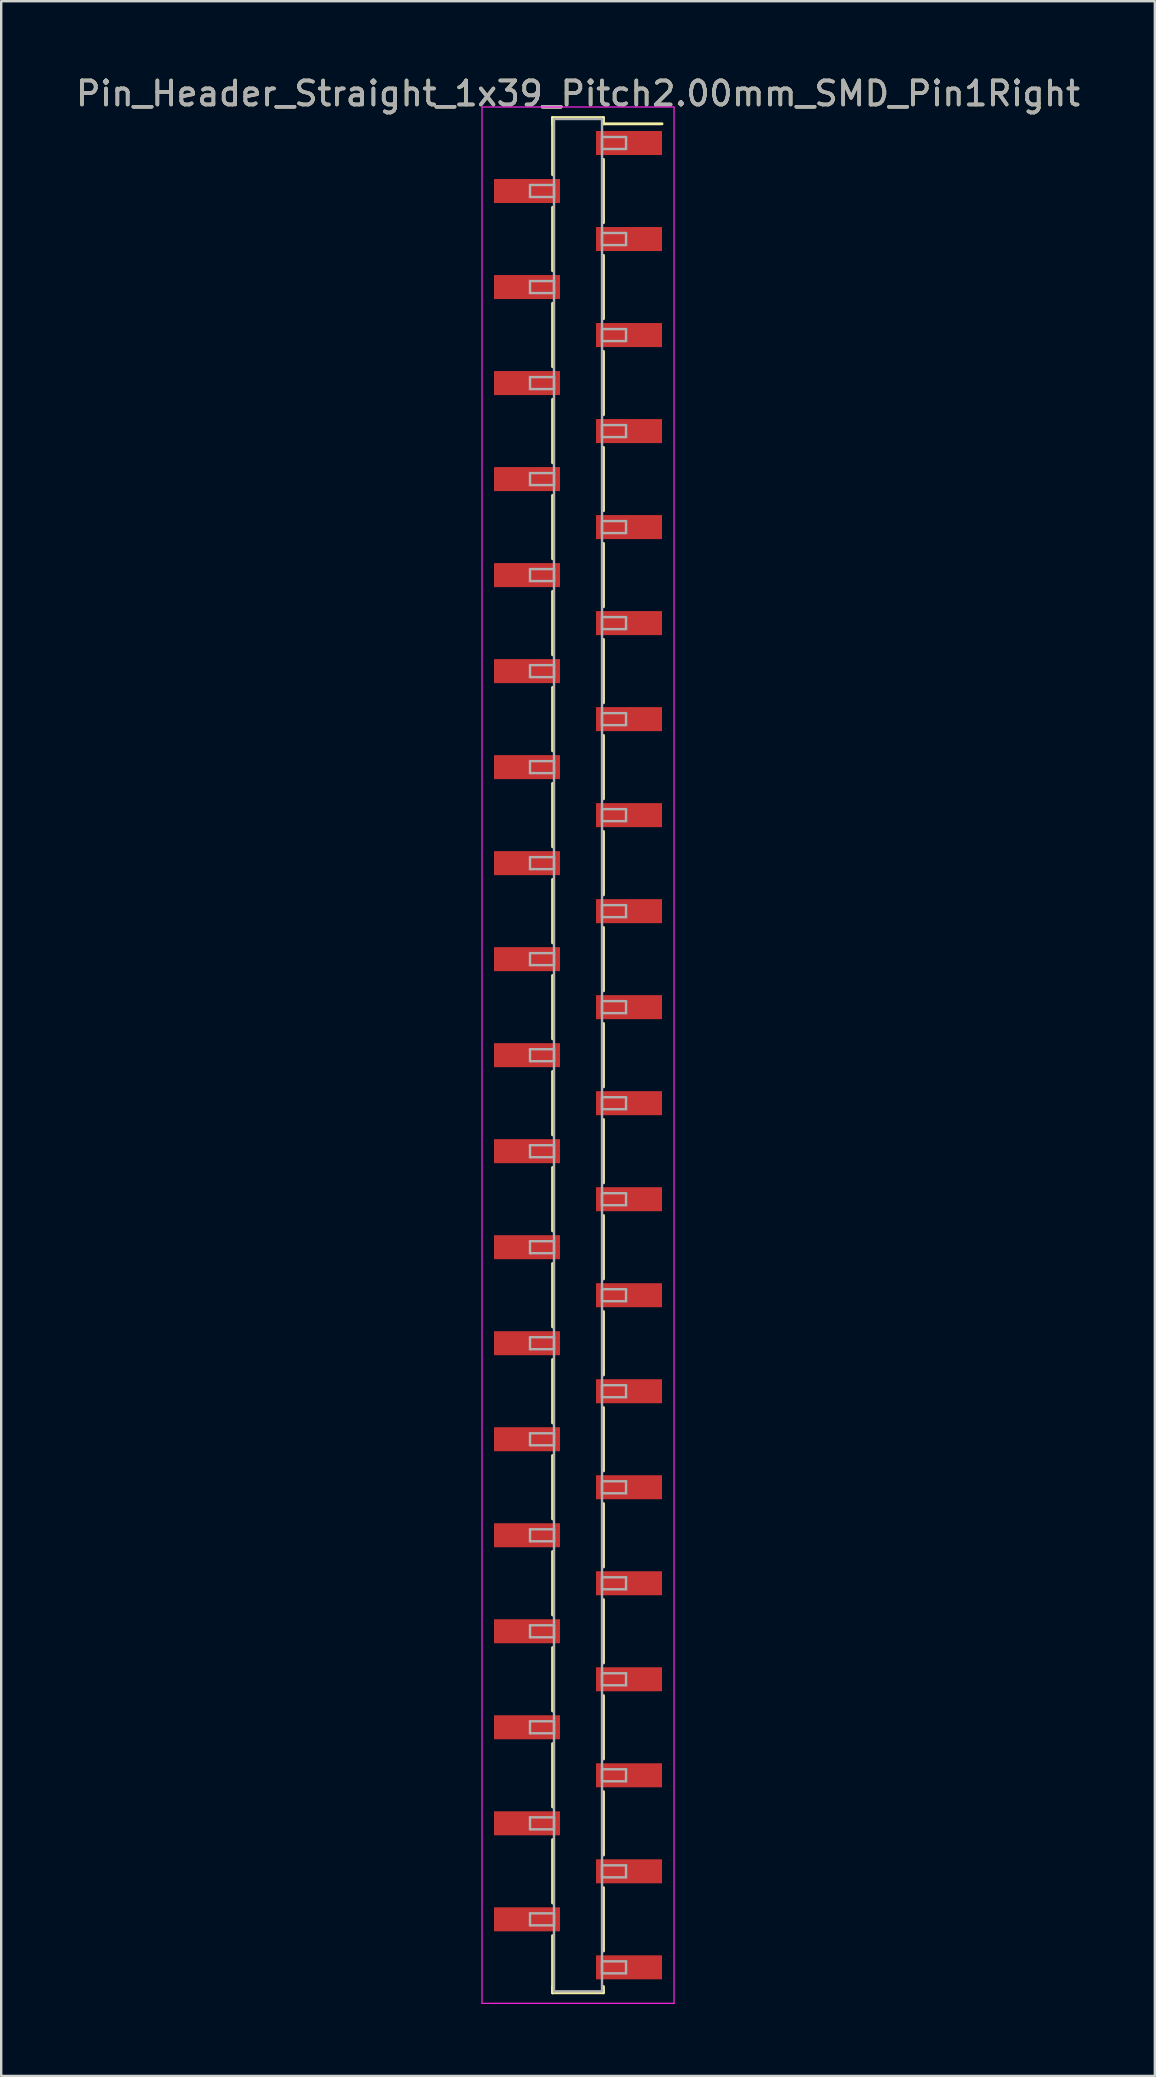
<source format=kicad_pcb>
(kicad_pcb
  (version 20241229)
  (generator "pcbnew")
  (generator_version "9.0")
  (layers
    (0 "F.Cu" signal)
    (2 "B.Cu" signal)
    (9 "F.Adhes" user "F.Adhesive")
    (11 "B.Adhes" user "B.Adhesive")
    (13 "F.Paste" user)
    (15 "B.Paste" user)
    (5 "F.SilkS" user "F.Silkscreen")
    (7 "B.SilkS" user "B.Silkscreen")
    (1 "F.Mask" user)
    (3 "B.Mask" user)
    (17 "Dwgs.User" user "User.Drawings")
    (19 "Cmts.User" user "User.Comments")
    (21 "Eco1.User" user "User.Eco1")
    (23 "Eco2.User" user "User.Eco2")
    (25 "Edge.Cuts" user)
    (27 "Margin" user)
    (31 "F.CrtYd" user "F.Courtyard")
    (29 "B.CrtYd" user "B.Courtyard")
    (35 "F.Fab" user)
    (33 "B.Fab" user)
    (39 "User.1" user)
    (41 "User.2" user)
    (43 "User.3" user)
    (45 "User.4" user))
  (footprint "Pin_Header_Straight_1x39_Pitch2.00mm_SMD_Pin1Right"
    (layer "F.Cu")
    (at 21.03 40.908)
    (property "Reference" "Pin_Header_Straight_1x39_Pitch2.00mm_SMD_Pin1Right" (at 0 -40.06 0) (layer "F.SilkS") (effects (font (size 1 1) (thickness 0.15))))
    (attr smd)
    (fp_line (start -1.06 -39.06) (end -1.06 -36.68) (stroke (width 0.12) (type solid)) (layer "F.SilkS"))
    (fp_line (start -1.06 -39.06) (end 1.06 -39.06) (stroke (width 0.12) (type solid)) (layer "F.SilkS"))
    (fp_line (start -1.06 -38.8) (end -1.06 -39.06) (stroke (width 0.12) (type solid)) (layer "F.SilkS"))
    (fp_line (start -1.06 -35.32) (end -1.06 -32.68) (stroke (width 0.12) (type solid)) (layer "F.SilkS"))
    (fp_line (start -1.06 -31.32) (end -1.06 -28.68) (stroke (width 0.12) (type solid)) (layer "F.SilkS"))
    (fp_line (start -1.06 -27.32) (end -1.06 -24.68) (stroke (width 0.12) (type solid)) (layer "F.SilkS"))
    (fp_line (start -1.06 -23.32) (end -1.06 -20.68) (stroke (width 0.12) (type solid)) (layer "F.SilkS"))
    (fp_line (start -1.06 -19.32) (end -1.06 -16.68) (stroke (width 0.12) (type solid)) (layer "F.SilkS"))
    (fp_line (start -1.06 -15.32) (end -1.06 -12.68) (stroke (width 0.12) (type solid)) (layer "F.SilkS"))
    (fp_line (start -1.06 -11.32) (end -1.06 -8.68) (stroke (width 0.12) (type solid)) (layer "F.SilkS"))
    (fp_line (start -1.06 -7.32) (end -1.06 -4.68) (stroke (width 0.12) (type solid)) (layer "F.SilkS"))
    (fp_line (start -1.06 -3.32) (end -1.06 -0.68) (stroke (width 0.12) (type solid)) (layer "F.SilkS"))
    (fp_line (start -1.06 0.68) (end -1.06 3.32) (stroke (width 0.12) (type solid)) (layer "F.SilkS"))
    (fp_line (start -1.06 4.68) (end -1.06 7.32) (stroke (width 0.12) (type solid)) (layer "F.SilkS"))
    (fp_line (start -1.06 8.68) (end -1.06 11.32) (stroke (width 0.12) (type solid)) (layer "F.SilkS"))
    (fp_line (start -1.06 12.68) (end -1.06 15.32) (stroke (width 0.12) (type solid)) (layer "F.SilkS"))
    (fp_line (start -1.06 16.68) (end -1.06 19.32) (stroke (width 0.12) (type solid)) (layer "F.SilkS"))
    (fp_line (start -1.06 20.68) (end -1.06 23.32) (stroke (width 0.12) (type solid)) (layer "F.SilkS"))
    (fp_line (start -1.06 24.68) (end -1.06 27.32) (stroke (width 0.12) (type solid)) (layer "F.SilkS"))
    (fp_line (start -1.06 28.68) (end -1.06 31.32) (stroke (width 0.12) (type solid)) (layer "F.SilkS"))
    (fp_line (start -1.06 32.68) (end -1.06 35.32) (stroke (width 0.12) (type solid)) (layer "F.SilkS"))
    (fp_line (start -1.06 36.68) (end -1.06 39.06) (stroke (width 0.12) (type solid)) (layer "F.SilkS"))
    (fp_line (start -1.06 38.8) (end -1.06 39.06) (stroke (width 0.12) (type solid)) (layer "F.SilkS"))
    (fp_line (start -1.06 39.06) (end 1.06 39.06) (stroke (width 0.12) (type solid)) (layer "F.SilkS"))
    (fp_line (start 1.06 -39.06) (end 1.06 -38.8) (stroke (width 0.12) (type solid)) (layer "F.SilkS"))
    (fp_line (start 1.06 -38.8) (end 3.5 -38.8) (stroke (width 0.12) (type solid)) (layer "F.SilkS"))
    (fp_line (start 1.06 -37.32) (end 1.06 -34.68) (stroke (width 0.12) (type solid)) (layer "F.SilkS"))
    (fp_line (start 1.06 -33.32) (end 1.06 -30.68) (stroke (width 0.12) (type solid)) (layer "F.SilkS"))
    (fp_line (start 1.06 -29.32) (end 1.06 -26.68) (stroke (width 0.12) (type solid)) (layer "F.SilkS"))
    (fp_line (start 1.06 -25.32) (end 1.06 -22.68) (stroke (width 0.12) (type solid)) (layer "F.SilkS"))
    (fp_line (start 1.06 -21.32) (end 1.06 -18.68) (stroke (width 0.12) (type solid)) (layer "F.SilkS"))
    (fp_line (start 1.06 -17.32) (end 1.06 -14.68) (stroke (width 0.12) (type solid)) (layer "F.SilkS"))
    (fp_line (start 1.06 -13.32) (end 1.06 -10.68) (stroke (width 0.12) (type solid)) (layer "F.SilkS"))
    (fp_line (start 1.06 -9.32) (end 1.06 -6.68) (stroke (width 0.12) (type solid)) (layer "F.SilkS"))
    (fp_line (start 1.06 -5.32) (end 1.06 -2.68) (stroke (width 0.12) (type solid)) (layer "F.SilkS"))
    (fp_line (start 1.06 -1.32) (end 1.06 1.32) (stroke (width 0.12) (type solid)) (layer "F.SilkS"))
    (fp_line (start 1.06 2.68) (end 1.06 5.32) (stroke (width 0.12) (type solid)) (layer "F.SilkS"))
    (fp_line (start 1.06 6.68) (end 1.06 9.32) (stroke (width 0.12) (type solid)) (layer "F.SilkS"))
    (fp_line (start 1.06 10.68) (end 1.06 13.32) (stroke (width 0.12) (type solid)) (layer "F.SilkS"))
    (fp_line (start 1.06 14.68) (end 1.06 17.32) (stroke (width 0.12) (type solid)) (layer "F.SilkS"))
    (fp_line (start 1.06 18.68) (end 1.06 21.32) (stroke (width 0.12) (type solid)) (layer "F.SilkS"))
    (fp_line (start 1.06 22.68) (end 1.06 25.32) (stroke (width 0.12) (type solid)) (layer "F.SilkS"))
    (fp_line (start 1.06 26.68) (end 1.06 29.32) (stroke (width 0.12) (type solid)) (layer "F.SilkS"))
    (fp_line (start 1.06 30.68) (end 1.06 33.32) (stroke (width 0.12) (type solid)) (layer "F.SilkS"))
    (fp_line (start 1.06 34.68) (end 1.06 37.32) (stroke (width 0.12) (type solid)) (layer "F.SilkS"))
    (fp_line (start 1.06 39.06) (end 1.06 38.8) (stroke (width 0.12) (type solid)) (layer "F.SilkS"))
    (fp_line (start -4 -39.5) (end -4 39.5) (stroke (width 0.05) (type solid)) (layer "F.CrtYd"))
    (fp_line (start -4 39.5) (end 4 39.5) (stroke (width 0.05) (type solid)) (layer "F.CrtYd"))
    (fp_line (start 4 -39.5) (end -4 -39.5) (stroke (width 0.05) (type solid)) (layer "F.CrtYd"))
    (fp_line (start 4 39.5) (end 4 -39.5) (stroke (width 0.05) (type solid)) (layer "F.CrtYd"))
    (fp_line (start -2 -36.25) (end -1 -36.25) (stroke (width 0.1) (type solid)) (layer "F.Fab"))
    (fp_line (start -2 -35.75) (end -2 -36.25) (stroke (width 0.1) (type solid)) (layer "F.Fab"))
    (fp_line (start -2 -32.25) (end -1 -32.25) (stroke (width 0.1) (type solid)) (layer "F.Fab"))
    (fp_line (start -2 -31.75) (end -2 -32.25) (stroke (width 0.1) (type solid)) (layer "F.Fab"))
    (fp_line (start -2 -28.25) (end -1 -28.25) (stroke (width 0.1) (type solid)) (layer "F.Fab"))
    (fp_line (start -2 -27.75) (end -2 -28.25) (stroke (width 0.1) (type solid)) (layer "F.Fab"))
    (fp_line (start -2 -24.25) (end -1 -24.25) (stroke (width 0.1) (type solid)) (layer "F.Fab"))
    (fp_line (start -2 -23.75) (end -2 -24.25) (stroke (width 0.1) (type solid)) (layer "F.Fab"))
    (fp_line (start -2 -20.25) (end -1 -20.25) (stroke (width 0.1) (type solid)) (layer "F.Fab"))
    (fp_line (start -2 -19.75) (end -2 -20.25) (stroke (width 0.1) (type solid)) (layer "F.Fab"))
    (fp_line (start -2 -16.25) (end -1 -16.25) (stroke (width 0.1) (type solid)) (layer "F.Fab"))
    (fp_line (start -2 -15.75) (end -2 -16.25) (stroke (width 0.1) (type solid)) (layer "F.Fab"))
    (fp_line (start -2 -12.25) (end -1 -12.25) (stroke (width 0.1) (type solid)) (layer "F.Fab"))
    (fp_line (start -2 -11.75) (end -2 -12.25) (stroke (width 0.1) (type solid)) (layer "F.Fab"))
    (fp_line (start -2 -8.25) (end -1 -8.25) (stroke (width 0.1) (type solid)) (layer "F.Fab"))
    (fp_line (start -2 -7.75) (end -2 -8.25) (stroke (width 0.1) (type solid)) (layer "F.Fab"))
    (fp_line (start -2 -4.25) (end -1 -4.25) (stroke (width 0.1) (type solid)) (layer "F.Fab"))
    (fp_line (start -2 -3.75) (end -2 -4.25) (stroke (width 0.1) (type solid)) (layer "F.Fab"))
    (fp_line (start -2 -0.25) (end -1 -0.25) (stroke (width 0.1) (type solid)) (layer "F.Fab"))
    (fp_line (start -2 0.25) (end -2 -0.25) (stroke (width 0.1) (type solid)) (layer "F.Fab"))
    (fp_line (start -2 3.75) (end -1 3.75) (stroke (width 0.1) (type solid)) (layer "F.Fab"))
    (fp_line (start -2 4.25) (end -2 3.75) (stroke (width 0.1) (type solid)) (layer "F.Fab"))
    (fp_line (start -2 7.75) (end -1 7.75) (stroke (width 0.1) (type solid)) (layer "F.Fab"))
    (fp_line (start -2 8.25) (end -2 7.75) (stroke (width 0.1) (type solid)) (layer "F.Fab"))
    (fp_line (start -2 11.75) (end -1 11.75) (stroke (width 0.1) (type solid)) (layer "F.Fab"))
    (fp_line (start -2 12.25) (end -2 11.75) (stroke (width 0.1) (type solid)) (layer "F.Fab"))
    (fp_line (start -2 15.75) (end -1 15.75) (stroke (width 0.1) (type solid)) (layer "F.Fab"))
    (fp_line (start -2 16.25) (end -2 15.75) (stroke (width 0.1) (type solid)) (layer "F.Fab"))
    (fp_line (start -2 19.75) (end -1 19.75) (stroke (width 0.1) (type solid)) (layer "F.Fab"))
    (fp_line (start -2 20.25) (end -2 19.75) (stroke (width 0.1) (type solid)) (layer "F.Fab"))
    (fp_line (start -2 23.75) (end -1 23.75) (stroke (width 0.1) (type solid)) (layer "F.Fab"))
    (fp_line (start -2 24.25) (end -2 23.75) (stroke (width 0.1) (type solid)) (layer "F.Fab"))
    (fp_line (start -2 27.75) (end -1 27.75) (stroke (width 0.1) (type solid)) (layer "F.Fab"))
    (fp_line (start -2 28.25) (end -2 27.75) (stroke (width 0.1) (type solid)) (layer "F.Fab"))
    (fp_line (start -2 31.75) (end -1 31.75) (stroke (width 0.1) (type solid)) (layer "F.Fab"))
    (fp_line (start -2 32.25) (end -2 31.75) (stroke (width 0.1) (type solid)) (layer "F.Fab"))
    (fp_line (start -2 35.75) (end -1 35.75) (stroke (width 0.1) (type solid)) (layer "F.Fab"))
    (fp_line (start -2 36.25) (end -2 35.75) (stroke (width 0.1) (type solid)) (layer "F.Fab"))
    (fp_line (start -1 -39) (end -1 39) (stroke (width 0.1) (type solid)) (layer "F.Fab"))
    (fp_line (start -1 -36.25) (end -1 -35.75) (stroke (width 0.1) (type solid)) (layer "F.Fab"))
    (fp_line (start -1 -35.75) (end -2 -35.75) (stroke (width 0.1) (type solid)) (layer "F.Fab"))
    (fp_line (start -1 -32.25) (end -1 -31.75) (stroke (width 0.1) (type solid)) (layer "F.Fab"))
    (fp_line (start -1 -31.75) (end -2 -31.75) (stroke (width 0.1) (type solid)) (layer "F.Fab"))
    (fp_line (start -1 -28.25) (end -1 -27.75) (stroke (width 0.1) (type solid)) (layer "F.Fab"))
    (fp_line (start -1 -27.75) (end -2 -27.75) (stroke (width 0.1) (type solid)) (layer "F.Fab"))
    (fp_line (start -1 -24.25) (end -1 -23.75) (stroke (width 0.1) (type solid)) (layer "F.Fab"))
    (fp_line (start -1 -23.75) (end -2 -23.75) (stroke (width 0.1) (type solid)) (layer "F.Fab"))
    (fp_line (start -1 -20.25) (end -1 -19.75) (stroke (width 0.1) (type solid)) (layer "F.Fab"))
    (fp_line (start -1 -19.75) (end -2 -19.75) (stroke (width 0.1) (type solid)) (layer "F.Fab"))
    (fp_line (start -1 -16.25) (end -1 -15.75) (stroke (width 0.1) (type solid)) (layer "F.Fab"))
    (fp_line (start -1 -15.75) (end -2 -15.75) (stroke (width 0.1) (type solid)) (layer "F.Fab"))
    (fp_line (start -1 -12.25) (end -1 -11.75) (stroke (width 0.1) (type solid)) (layer "F.Fab"))
    (fp_line (start -1 -11.75) (end -2 -11.75) (stroke (width 0.1) (type solid)) (layer "F.Fab"))
    (fp_line (start -1 -8.25) (end -1 -7.75) (stroke (width 0.1) (type solid)) (layer "F.Fab"))
    (fp_line (start -1 -7.75) (end -2 -7.75) (stroke (width 0.1) (type solid)) (layer "F.Fab"))
    (fp_line (start -1 -4.25) (end -1 -3.75) (stroke (width 0.1) (type solid)) (layer "F.Fab"))
    (fp_line (start -1 -3.75) (end -2 -3.75) (stroke (width 0.1) (type solid)) (layer "F.Fab"))
    (fp_line (start -1 -0.25) (end -1 0.25) (stroke (width 0.1) (type solid)) (layer "F.Fab"))
    (fp_line (start -1 0.25) (end -2 0.25) (stroke (width 0.1) (type solid)) (layer "F.Fab"))
    (fp_line (start -1 3.75) (end -1 4.25) (stroke (width 0.1) (type solid)) (layer "F.Fab"))
    (fp_line (start -1 4.25) (end -2 4.25) (stroke (width 0.1) (type solid)) (layer "F.Fab"))
    (fp_line (start -1 7.75) (end -1 8.25) (stroke (width 0.1) (type solid)) (layer "F.Fab"))
    (fp_line (start -1 8.25) (end -2 8.25) (stroke (width 0.1) (type solid)) (layer "F.Fab"))
    (fp_line (start -1 11.75) (end -1 12.25) (stroke (width 0.1) (type solid)) (layer "F.Fab"))
    (fp_line (start -1 12.25) (end -2 12.25) (stroke (width 0.1) (type solid)) (layer "F.Fab"))
    (fp_line (start -1 15.75) (end -1 16.25) (stroke (width 0.1) (type solid)) (layer "F.Fab"))
    (fp_line (start -1 16.25) (end -2 16.25) (stroke (width 0.1) (type solid)) (layer "F.Fab"))
    (fp_line (start -1 19.75) (end -1 20.25) (stroke (width 0.1) (type solid)) (layer "F.Fab"))
    (fp_line (start -1 20.25) (end -2 20.25) (stroke (width 0.1) (type solid)) (layer "F.Fab"))
    (fp_line (start -1 23.75) (end -1 24.25) (stroke (width 0.1) (type solid)) (layer "F.Fab"))
    (fp_line (start -1 24.25) (end -2 24.25) (stroke (width 0.1) (type solid)) (layer "F.Fab"))
    (fp_line (start -1 27.75) (end -1 28.25) (stroke (width 0.1) (type solid)) (layer "F.Fab"))
    (fp_line (start -1 28.25) (end -2 28.25) (stroke (width 0.1) (type solid)) (layer "F.Fab"))
    (fp_line (start -1 31.75) (end -1 32.25) (stroke (width 0.1) (type solid)) (layer "F.Fab"))
    (fp_line (start -1 32.25) (end -2 32.25) (stroke (width 0.1) (type solid)) (layer "F.Fab"))
    (fp_line (start -1 35.75) (end -1 36.25) (stroke (width 0.1) (type solid)) (layer "F.Fab"))
    (fp_line (start -1 36.25) (end -2 36.25) (stroke (width 0.1) (type solid)) (layer "F.Fab"))
    (fp_line (start -1 39) (end 1 39) (stroke (width 0.1) (type solid)) (layer "F.Fab"))
    (fp_line (start 1 -39) (end -1 -39) (stroke (width 0.1) (type solid)) (layer "F.Fab"))
    (fp_line (start 1 -38.25) (end 1 -37.75) (stroke (width 0.1) (type solid)) (layer "F.Fab"))
    (fp_line (start 1 -37.75) (end 2 -37.75) (stroke (width 0.1) (type solid)) (layer "F.Fab"))
    (fp_line (start 1 -34.25) (end 1 -33.75) (stroke (width 0.1) (type solid)) (layer "F.Fab"))
    (fp_line (start 1 -33.75) (end 2 -33.75) (stroke (width 0.1) (type solid)) (layer "F.Fab"))
    (fp_line (start 1 -30.25) (end 1 -29.75) (stroke (width 0.1) (type solid)) (layer "F.Fab"))
    (fp_line (start 1 -29.75) (end 2 -29.75) (stroke (width 0.1) (type solid)) (layer "F.Fab"))
    (fp_line (start 1 -26.25) (end 1 -25.75) (stroke (width 0.1) (type solid)) (layer "F.Fab"))
    (fp_line (start 1 -25.75) (end 2 -25.75) (stroke (width 0.1) (type solid)) (layer "F.Fab"))
    (fp_line (start 1 -22.25) (end 1 -21.75) (stroke (width 0.1) (type solid)) (layer "F.Fab"))
    (fp_line (start 1 -21.75) (end 2 -21.75) (stroke (width 0.1) (type solid)) (layer "F.Fab"))
    (fp_line (start 1 -18.25) (end 1 -17.75) (stroke (width 0.1) (type solid)) (layer "F.Fab"))
    (fp_line (start 1 -17.75) (end 2 -17.75) (stroke (width 0.1) (type solid)) (layer "F.Fab"))
    (fp_line (start 1 -14.25) (end 1 -13.75) (stroke (width 0.1) (type solid)) (layer "F.Fab"))
    (fp_line (start 1 -13.75) (end 2 -13.75) (stroke (width 0.1) (type solid)) (layer "F.Fab"))
    (fp_line (start 1 -10.25) (end 1 -9.75) (stroke (width 0.1) (type solid)) (layer "F.Fab"))
    (fp_line (start 1 -9.75) (end 2 -9.75) (stroke (width 0.1) (type solid)) (layer "F.Fab"))
    (fp_line (start 1 -6.25) (end 1 -5.75) (stroke (width 0.1) (type solid)) (layer "F.Fab"))
    (fp_line (start 1 -5.75) (end 2 -5.75) (stroke (width 0.1) (type solid)) (layer "F.Fab"))
    (fp_line (start 1 -2.25) (end 1 -1.75) (stroke (width 0.1) (type solid)) (layer "F.Fab"))
    (fp_line (start 1 -1.75) (end 2 -1.75) (stroke (width 0.1) (type solid)) (layer "F.Fab"))
    (fp_line (start 1 1.75) (end 1 2.25) (stroke (width 0.1) (type solid)) (layer "F.Fab"))
    (fp_line (start 1 2.25) (end 2 2.25) (stroke (width 0.1) (type solid)) (layer "F.Fab"))
    (fp_line (start 1 5.75) (end 1 6.25) (stroke (width 0.1) (type solid)) (layer "F.Fab"))
    (fp_line (start 1 6.25) (end 2 6.25) (stroke (width 0.1) (type solid)) (layer "F.Fab"))
    (fp_line (start 1 9.75) (end 1 10.25) (stroke (width 0.1) (type solid)) (layer "F.Fab"))
    (fp_line (start 1 10.25) (end 2 10.25) (stroke (width 0.1) (type solid)) (layer "F.Fab"))
    (fp_line (start 1 13.75) (end 1 14.25) (stroke (width 0.1) (type solid)) (layer "F.Fab"))
    (fp_line (start 1 14.25) (end 2 14.25) (stroke (width 0.1) (type solid)) (layer "F.Fab"))
    (fp_line (start 1 17.75) (end 1 18.25) (stroke (width 0.1) (type solid)) (layer "F.Fab"))
    (fp_line (start 1 18.25) (end 2 18.25) (stroke (width 0.1) (type solid)) (layer "F.Fab"))
    (fp_line (start 1 21.75) (end 1 22.25) (stroke (width 0.1) (type solid)) (layer "F.Fab"))
    (fp_line (start 1 22.25) (end 2 22.25) (stroke (width 0.1) (type solid)) (layer "F.Fab"))
    (fp_line (start 1 25.75) (end 1 26.25) (stroke (width 0.1) (type solid)) (layer "F.Fab"))
    (fp_line (start 1 26.25) (end 2 26.25) (stroke (width 0.1) (type solid)) (layer "F.Fab"))
    (fp_line (start 1 29.75) (end 1 30.25) (stroke (width 0.1) (type solid)) (layer "F.Fab"))
    (fp_line (start 1 30.25) (end 2 30.25) (stroke (width 0.1) (type solid)) (layer "F.Fab"))
    (fp_line (start 1 33.75) (end 1 34.25) (stroke (width 0.1) (type solid)) (layer "F.Fab"))
    (fp_line (start 1 34.25) (end 2 34.25) (stroke (width 0.1) (type solid)) (layer "F.Fab"))
    (fp_line (start 1 37.75) (end 1 38.25) (stroke (width 0.1) (type solid)) (layer "F.Fab"))
    (fp_line (start 1 38.25) (end 2 38.25) (stroke (width 0.1) (type solid)) (layer "F.Fab"))
    (fp_line (start 1 39) (end 1 -39) (stroke (width 0.1) (type solid)) (layer "F.Fab"))
    (fp_line (start 2 -38.25) (end 1 -38.25) (stroke (width 0.1) (type solid)) (layer "F.Fab"))
    (fp_line (start 2 -37.75) (end 2 -38.25) (stroke (width 0.1) (type solid)) (layer "F.Fab"))
    (fp_line (start 2 -34.25) (end 1 -34.25) (stroke (width 0.1) (type solid)) (layer "F.Fab"))
    (fp_line (start 2 -33.75) (end 2 -34.25) (stroke (width 0.1) (type solid)) (layer "F.Fab"))
    (fp_line (start 2 -30.25) (end 1 -30.25) (stroke (width 0.1) (type solid)) (layer "F.Fab"))
    (fp_line (start 2 -29.75) (end 2 -30.25) (stroke (width 0.1) (type solid)) (layer "F.Fab"))
    (fp_line (start 2 -26.25) (end 1 -26.25) (stroke (width 0.1) (type solid)) (layer "F.Fab"))
    (fp_line (start 2 -25.75) (end 2 -26.25) (stroke (width 0.1) (type solid)) (layer "F.Fab"))
    (fp_line (start 2 -22.25) (end 1 -22.25) (stroke (width 0.1) (type solid)) (layer "F.Fab"))
    (fp_line (start 2 -21.75) (end 2 -22.25) (stroke (width 0.1) (type solid)) (layer "F.Fab"))
    (fp_line (start 2 -18.25) (end 1 -18.25) (stroke (width 0.1) (type solid)) (layer "F.Fab"))
    (fp_line (start 2 -17.75) (end 2 -18.25) (stroke (width 0.1) (type solid)) (layer "F.Fab"))
    (fp_line (start 2 -14.25) (end 1 -14.25) (stroke (width 0.1) (type solid)) (layer "F.Fab"))
    (fp_line (start 2 -13.75) (end 2 -14.25) (stroke (width 0.1) (type solid)) (layer "F.Fab"))
    (fp_line (start 2 -10.25) (end 1 -10.25) (stroke (width 0.1) (type solid)) (layer "F.Fab"))
    (fp_line (start 2 -9.75) (end 2 -10.25) (stroke (width 0.1) (type solid)) (layer "F.Fab"))
    (fp_line (start 2 -6.25) (end 1 -6.25) (stroke (width 0.1) (type solid)) (layer "F.Fab"))
    (fp_line (start 2 -5.75) (end 2 -6.25) (stroke (width 0.1) (type solid)) (layer "F.Fab"))
    (fp_line (start 2 -2.25) (end 1 -2.25) (stroke (width 0.1) (type solid)) (layer "F.Fab"))
    (fp_line (start 2 -1.75) (end 2 -2.25) (stroke (width 0.1) (type solid)) (layer "F.Fab"))
    (fp_line (start 2 1.75) (end 1 1.75) (stroke (width 0.1) (type solid)) (layer "F.Fab"))
    (fp_line (start 2 2.25) (end 2 1.75) (stroke (width 0.1) (type solid)) (layer "F.Fab"))
    (fp_line (start 2 5.75) (end 1 5.75) (stroke (width 0.1) (type solid)) (layer "F.Fab"))
    (fp_line (start 2 6.25) (end 2 5.75) (stroke (width 0.1) (type solid)) (layer "F.Fab"))
    (fp_line (start 2 9.75) (end 1 9.75) (stroke (width 0.1) (type solid)) (layer "F.Fab"))
    (fp_line (start 2 10.25) (end 2 9.75) (stroke (width 0.1) (type solid)) (layer "F.Fab"))
    (fp_line (start 2 13.75) (end 1 13.75) (stroke (width 0.1) (type solid)) (layer "F.Fab"))
    (fp_line (start 2 14.25) (end 2 13.75) (stroke (width 0.1) (type solid)) (layer "F.Fab"))
    (fp_line (start 2 17.75) (end 1 17.75) (stroke (width 0.1) (type solid)) (layer "F.Fab"))
    (fp_line (start 2 18.25) (end 2 17.75) (stroke (width 0.1) (type solid)) (layer "F.Fab"))
    (fp_line (start 2 21.75) (end 1 21.75) (stroke (width 0.1) (type solid)) (layer "F.Fab"))
    (fp_line (start 2 22.25) (end 2 21.75) (stroke (width 0.1) (type solid)) (layer "F.Fab"))
    (fp_line (start 2 25.75) (end 1 25.75) (stroke (width 0.1) (type solid)) (layer "F.Fab"))
    (fp_line (start 2 26.25) (end 2 25.75) (stroke (width 0.1) (type solid)) (layer "F.Fab"))
    (fp_line (start 2 29.75) (end 1 29.75) (stroke (width 0.1) (type solid)) (layer "F.Fab"))
    (fp_line (start 2 30.25) (end 2 29.75) (stroke (width 0.1) (type solid)) (layer "F.Fab"))
    (fp_line (start 2 33.75) (end 1 33.75) (stroke (width 0.1) (type solid)) (layer "F.Fab"))
    (fp_line (start 2 34.25) (end 2 33.75) (stroke (width 0.1) (type solid)) (layer "F.Fab"))
    (fp_line (start 2 37.75) (end 1 37.75) (stroke (width 0.1) (type solid)) (layer "F.Fab"))
    (fp_line (start 2 38.25) (end 2 37.75) (stroke (width 0.1) (type solid)) (layer "F.Fab"))
    (fp_text user "${REFERENCE}" (at 0 -40.06 0) (layer "F.Fab") (effects (font (size 1 1) (thickness 0.15))))
    (pad "1" smd rect (at 2.125 -38) (size 2.75 1) (layers "F.Cu" "F.Mask" "F.Paste"))
    (pad "2" smd rect (at -2.125 -36) (size 2.75 1) (layers "F.Cu" "F.Mask" "F.Paste"))
    (pad "3" smd rect (at 2.125 -34) (size 2.75 1) (layers "F.Cu" "F.Mask" "F.Paste"))
    (pad "4" smd rect (at -2.125 -32) (size 2.75 1) (layers "F.Cu" "F.Mask" "F.Paste"))
    (pad "5" smd rect (at 2.125 -30) (size 2.75 1) (layers "F.Cu" "F.Mask" "F.Paste"))
    (pad "6" smd rect (at -2.125 -28) (size 2.75 1) (layers "F.Cu" "F.Mask" "F.Paste"))
    (pad "7" smd rect (at 2.125 -26) (size 2.75 1) (layers "F.Cu" "F.Mask" "F.Paste"))
    (pad "8" smd rect (at -2.125 -24) (size 2.75 1) (layers "F.Cu" "F.Mask" "F.Paste"))
    (pad "9" smd rect (at 2.125 -22) (size 2.75 1) (layers "F.Cu" "F.Mask" "F.Paste"))
    (pad "10" smd rect (at -2.125 -20) (size 2.75 1) (layers "F.Cu" "F.Mask" "F.Paste"))
    (pad "11" smd rect (at 2.125 -18) (size 2.75 1) (layers "F.Cu" "F.Mask" "F.Paste"))
    (pad "12" smd rect (at -2.125 -16) (size 2.75 1) (layers "F.Cu" "F.Mask" "F.Paste"))
    (pad "13" smd rect (at 2.125 -14) (size 2.75 1) (layers "F.Cu" "F.Mask" "F.Paste"))
    (pad "14" smd rect (at -2.125 -12) (size 2.75 1) (layers "F.Cu" "F.Mask" "F.Paste"))
    (pad "15" smd rect (at 2.125 -10) (size 2.75 1) (layers "F.Cu" "F.Mask" "F.Paste"))
    (pad "16" smd rect (at -2.125 -8) (size 2.75 1) (layers "F.Cu" "F.Mask" "F.Paste"))
    (pad "17" smd rect (at 2.125 -6) (size 2.75 1) (layers "F.Cu" "F.Mask" "F.Paste"))
    (pad "18" smd rect (at -2.125 -4) (size 2.75 1) (layers "F.Cu" "F.Mask" "F.Paste"))
    (pad "19" smd rect (at 2.125 -2) (size 2.75 1) (layers "F.Cu" "F.Mask" "F.Paste"))
    (pad "20" smd rect (at -2.125 0) (size 2.75 1) (layers "F.Cu" "F.Mask" "F.Paste"))
    (pad "21" smd rect (at 2.125 2) (size 2.75 1) (layers "F.Cu" "F.Mask" "F.Paste"))
    (pad "22" smd rect (at -2.125 4) (size 2.75 1) (layers "F.Cu" "F.Mask" "F.Paste"))
    (pad "23" smd rect (at 2.125 6) (size 2.75 1) (layers "F.Cu" "F.Mask" "F.Paste"))
    (pad "24" smd rect (at -2.125 8) (size 2.75 1) (layers "F.Cu" "F.Mask" "F.Paste"))
    (pad "25" smd rect (at 2.125 10) (size 2.75 1) (layers "F.Cu" "F.Mask" "F.Paste"))
    (pad "26" smd rect (at -2.125 12) (size 2.75 1) (layers "F.Cu" "F.Mask" "F.Paste"))
    (pad "27" smd rect (at 2.125 14) (size 2.75 1) (layers "F.Cu" "F.Mask" "F.Paste"))
    (pad "28" smd rect (at -2.125 16) (size 2.75 1) (layers "F.Cu" "F.Mask" "F.Paste"))
    (pad "29" smd rect (at 2.125 18) (size 2.75 1) (layers "F.Cu" "F.Mask" "F.Paste"))
    (pad "30" smd rect (at -2.125 20) (size 2.75 1) (layers "F.Cu" "F.Mask" "F.Paste"))
    (pad "31" smd rect (at 2.125 22) (size 2.75 1) (layers "F.Cu" "F.Mask" "F.Paste"))
    (pad "32" smd rect (at -2.125 24) (size 2.75 1) (layers "F.Cu" "F.Mask" "F.Paste"))
    (pad "33" smd rect (at 2.125 26) (size 2.75 1) (layers "F.Cu" "F.Mask" "F.Paste"))
    (pad "34" smd rect (at -2.125 28) (size 2.75 1) (layers "F.Cu" "F.Mask" "F.Paste"))
    (pad "35" smd rect (at 2.125 30) (size 2.75 1) (layers "F.Cu" "F.Mask" "F.Paste"))
    (pad "36" smd rect (at -2.125 32) (size 2.75 1) (layers "F.Cu" "F.Mask" "F.Paste"))
    (pad "37" smd rect (at 2.125 34) (size 2.75 1) (layers "F.Cu" "F.Mask" "F.Paste"))
    (pad "38" smd rect (at -2.125 36) (size 2.75 1) (layers "F.Cu" "F.Mask" "F.Paste"))
    (pad "39" smd rect (at 2.125 38) (size 2.75 1) (layers "F.Cu" "F.Mask" "F.Paste")))
  (gr_rect
    (start -3 -3)
    (end 45.06 83.433)
    (stroke (width 0.1) (type default))
    (fill no)
    (layer "Edge.Cuts")))
</source>
